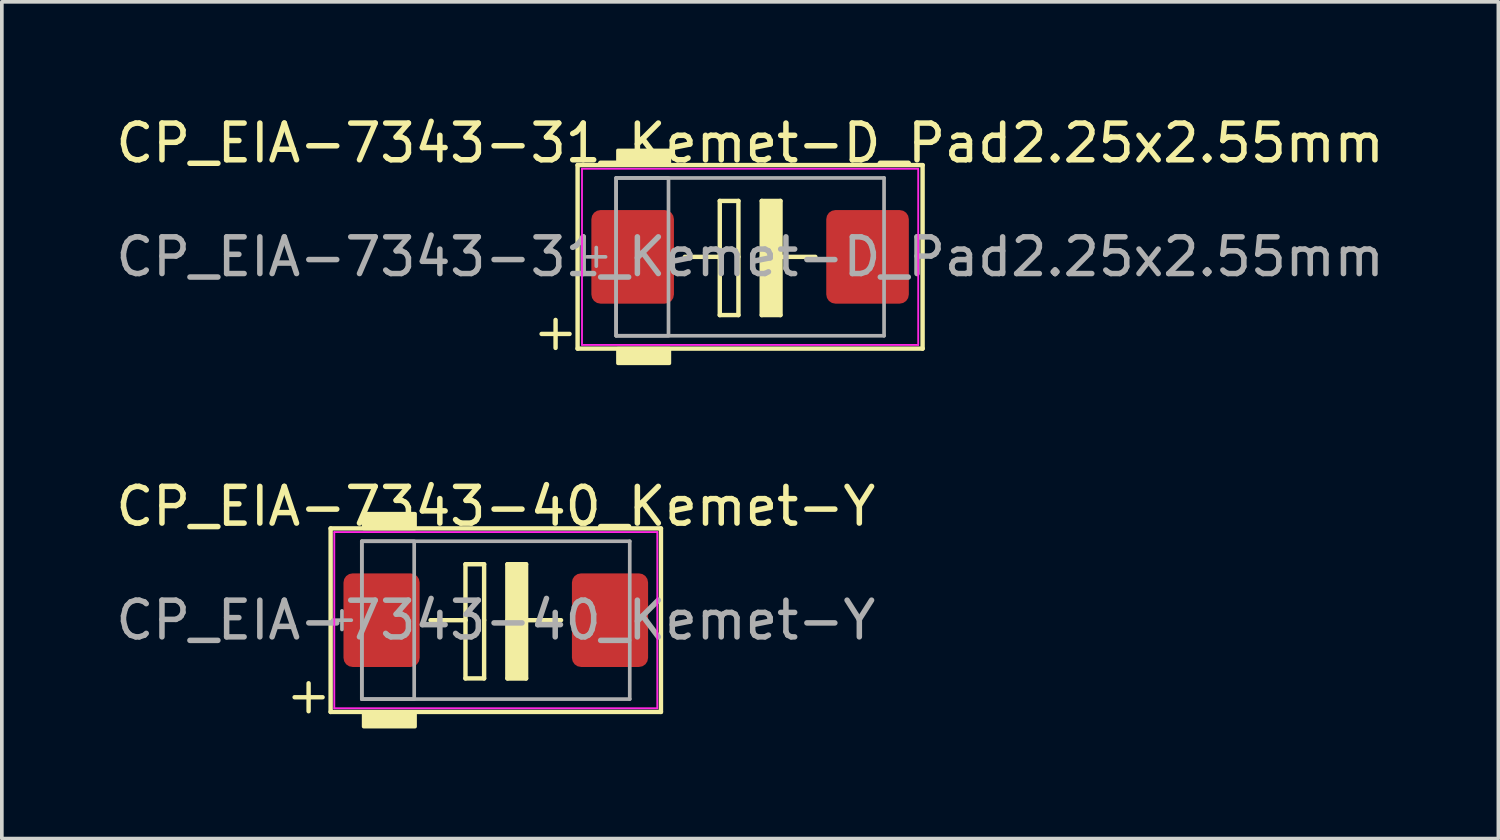
<source format=kicad_pcb>
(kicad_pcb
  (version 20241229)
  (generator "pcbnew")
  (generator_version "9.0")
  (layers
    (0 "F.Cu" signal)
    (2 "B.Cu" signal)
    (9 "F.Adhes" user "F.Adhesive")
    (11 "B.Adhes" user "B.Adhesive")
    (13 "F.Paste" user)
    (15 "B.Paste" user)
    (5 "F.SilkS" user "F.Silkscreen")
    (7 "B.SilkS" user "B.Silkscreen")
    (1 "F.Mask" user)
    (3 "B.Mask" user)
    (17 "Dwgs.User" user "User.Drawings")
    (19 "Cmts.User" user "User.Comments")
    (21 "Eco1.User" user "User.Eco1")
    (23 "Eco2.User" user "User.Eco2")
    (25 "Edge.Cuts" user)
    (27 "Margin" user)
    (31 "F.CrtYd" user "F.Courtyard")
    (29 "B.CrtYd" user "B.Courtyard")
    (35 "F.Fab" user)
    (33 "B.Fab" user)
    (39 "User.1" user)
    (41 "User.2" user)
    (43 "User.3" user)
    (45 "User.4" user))
  (footprint "CP_EIA-7343-40_Kemet-Y"
    (layer "F.Cu")
    (at 10.458 13.847)
    (property "Reference" "CP_EIA-7343-40_Kemet-Y" (at 0 -3.1 0) (layer "F.SilkS") (effects (font (size 1 1) (thickness 0.15))))
    (attr smd)
    (fp_line (start -5.481 2.1) (end -4.719 2.1) (stroke (width 0.12) (type solid)) (layer "F.SilkS"))
    (fp_line (start -5.1 1.719) (end -5.1 2.481) (stroke (width 0.12) (type solid)) (layer "F.SilkS"))
    (fp_line (start -4.5 -2.5) (end -4.5 2.5) (stroke (width 0.12) (type solid)) (layer "F.SilkS"))
    (fp_line (start -4.5 2.5) (end 4.5 2.5) (stroke (width 0.12) (type solid)) (layer "F.SilkS"))
    (fp_line (start -1.778 0) (end -0.826 0) (stroke (width 0.12) (type solid)) (layer "F.SilkS"))
    (fp_line (start -0.826 -1.524) (end -0.826 0) (stroke (width 0.12) (type solid)) (layer "F.SilkS"))
    (fp_line (start -0.826 1.587) (end -0.826 0) (stroke (width 0.12) (type solid)) (layer "F.SilkS"))
    (fp_line (start -0.826 1.587) (end -0.318 1.587) (stroke (width 0.12) (type solid)) (layer "F.SilkS"))
    (fp_line (start -0.318 -1.524) (end -0.826 -1.524) (stroke (width 0.12) (type solid)) (layer "F.SilkS"))
    (fp_line (start -0.318 -1.524) (end -0.318 0) (stroke (width 0.12) (type solid)) (layer "F.SilkS"))
    (fp_line (start -0.318 1.587) (end -0.318 0) (stroke (width 0.12) (type solid)) (layer "F.SilkS"))
    (fp_line (start 0.318 -1.524) (end 0.318 0) (stroke (width 0.12) (type solid)) (layer "F.SilkS"))
    (fp_line (start 0.318 1.587) (end 0.318 0) (stroke (width 0.12) (type solid)) (layer "F.SilkS"))
    (fp_line (start 0.318 1.587) (end 0.826 1.587) (stroke (width 0.12) (type solid)) (layer "F.SilkS"))
    (fp_line (start 0.826 -1.524) (end 0.318 -1.524) (stroke (width 0.12) (type solid)) (layer "F.SilkS"))
    (fp_line (start 0.826 -1.524) (end 0.826 0) (stroke (width 0.12) (type solid)) (layer "F.SilkS"))
    (fp_line (start 0.826 0) (end 1.778 0) (stroke (width 0.12) (type solid)) (layer "F.SilkS"))
    (fp_line (start 0.826 1.587) (end 0.826 0) (stroke (width 0.12) (type solid)) (layer "F.SilkS"))
    (fp_line (start 4.5 -2.5) (end -4.5 -2.5) (stroke (width 0.12) (type solid)) (layer "F.SilkS"))
    (fp_line (start 4.5 2.5) (end 4.5 -2.5) (stroke (width 0.12) (type solid)) (layer "F.SilkS"))
    (fp_poly (pts (xy -2.2 -2.5) (xy -3.6 -2.5) (xy -3.6 -2.9) (xy -2.2 -2.9)) (stroke (width 0.1) (type solid)) (fill yes) (layer "F.SilkS"))
    (fp_poly (pts (xy -2.2 2.9) (xy -3.6 2.9) (xy -3.6 2.5) (xy -2.2 2.5)) (stroke (width 0.1) (type solid)) (fill yes) (layer "F.SilkS"))
    (fp_poly (pts (xy 0.826 1.587) (xy 0.318 1.587) (xy 0.318 -1.524) (xy 0.826 -1.524)) (stroke (width 0.1) (type solid)) (fill yes) (layer "F.SilkS"))
    (fp_line (start -4.4 -2.4) (end 4.4 -2.4) (stroke (width 0.05) (type solid)) (layer "F.CrtYd"))
    (fp_line (start -4.4 2.4) (end -4.4 -2.4) (stroke (width 0.05) (type solid)) (layer "F.CrtYd"))
    (fp_line (start 4.4 -2.4) (end 4.4 2.4) (stroke (width 0.05) (type solid)) (layer "F.CrtYd"))
    (fp_line (start 4.4 2.4) (end -4.4 2.4) (stroke (width 0.05) (type solid)) (layer "F.CrtYd"))
    (fp_line (start -4.191 -0.254) (end -4.191 0.254) (stroke (width 0.1) (type solid)) (layer "F.Fab"))
    (fp_line (start -3.937 0) (end -4.445 0) (stroke (width 0.1) (type solid)) (layer "F.Fab"))
    (fp_line (start -3.65 -2.15) (end -3.65 2.15) (stroke (width 0.1) (type solid)) (layer "F.Fab"))
    (fp_line (start -3.65 2.15) (end 3.65 2.15) (stroke (width 0.1) (type solid)) (layer "F.Fab"))
    (fp_line (start 3.65 -2.15) (end -3.65 -2.15) (stroke (width 0.1) (type solid)) (layer "F.Fab"))
    (fp_line (start 3.65 2.15) (end 3.65 -2.15) (stroke (width 0.1) (type solid)) (layer "F.Fab"))
    (fp_rect (start -3.65 -2.15) (end -2.223 2.15) (stroke (width 0.1) (type solid)) (fill no) (layer "F.Fab"))
    (fp_text user "${REFERENCE}" (at 0 0 0) (layer "F.Fab") (effects (font (size 1 1) (thickness 0.15))))
    (pad "1" smd roundrect (at -3.112 0) (size 2.075 2.55) (layers "F.Cu" "F.Mask" "F.Paste") (roundrect_rratio 0.12))
    (pad "2" smd roundrect (at 3.112 0) (size 2.075 2.55) (layers "F.Cu" "F.Mask" "F.Paste") (roundrect_rratio 0.12)))
  (footprint "CP_EIA-7343-31_Kemet-D_Pad2.25x2.55mm"
    (layer "F.Cu")
    (at 17.387 3.948)
    (property "Reference" "CP_EIA-7343-31_Kemet-D_Pad2.25x2.55mm" (at 0 -3.1 0) (layer "F.SilkS") (effects (font (size 1 1) (thickness 0.15))))
    (attr smd)
    (fp_line (start -5.681 2.1) (end -4.919 2.1) (stroke (width 0.12) (type solid)) (layer "F.SilkS"))
    (fp_line (start -5.3 1.719) (end -5.3 2.481) (stroke (width 0.12) (type solid)) (layer "F.SilkS"))
    (fp_line (start -4.7 -2.5) (end -4.7 2.5) (stroke (width 0.12) (type solid)) (layer "F.SilkS"))
    (fp_line (start -4.7 2.5) (end 4.7 2.5) (stroke (width 0.12) (type solid)) (layer "F.SilkS"))
    (fp_line (start -1.778 0) (end -0.826 0) (stroke (width 0.12) (type solid)) (layer "F.SilkS"))
    (fp_line (start -0.826 -1.524) (end -0.826 0) (stroke (width 0.12) (type solid)) (layer "F.SilkS"))
    (fp_line (start -0.826 1.587) (end -0.826 0) (stroke (width 0.12) (type solid)) (layer "F.SilkS"))
    (fp_line (start -0.826 1.587) (end -0.318 1.587) (stroke (width 0.12) (type solid)) (layer "F.SilkS"))
    (fp_line (start -0.318 -1.524) (end -0.826 -1.524) (stroke (width 0.12) (type solid)) (layer "F.SilkS"))
    (fp_line (start -0.318 -1.524) (end -0.318 0) (stroke (width 0.12) (type solid)) (layer "F.SilkS"))
    (fp_line (start -0.318 1.587) (end -0.318 0) (stroke (width 0.12) (type solid)) (layer "F.SilkS"))
    (fp_line (start 0.318 -1.524) (end 0.318 0) (stroke (width 0.12) (type solid)) (layer "F.SilkS"))
    (fp_line (start 0.318 1.587) (end 0.318 0) (stroke (width 0.12) (type solid)) (layer "F.SilkS"))
    (fp_line (start 0.318 1.587) (end 0.826 1.587) (stroke (width 0.12) (type solid)) (layer "F.SilkS"))
    (fp_line (start 0.826 -1.524) (end 0.318 -1.524) (stroke (width 0.12) (type solid)) (layer "F.SilkS"))
    (fp_line (start 0.826 -1.524) (end 0.826 0) (stroke (width 0.12) (type solid)) (layer "F.SilkS"))
    (fp_line (start 0.826 0) (end 1.778 0) (stroke (width 0.12) (type solid)) (layer "F.SilkS"))
    (fp_line (start 0.826 1.587) (end 0.826 0) (stroke (width 0.12) (type solid)) (layer "F.SilkS"))
    (fp_line (start 4.7 -2.5) (end -4.7 -2.5) (stroke (width 0.12) (type solid)) (layer "F.SilkS"))
    (fp_line (start 4.7 2.5) (end 4.7 -2.5) (stroke (width 0.12) (type solid)) (layer "F.SilkS"))
    (fp_poly (pts (xy -2.2 -2.5) (xy -3.6 -2.5) (xy -3.6 -2.9) (xy -2.2 -2.9)) (stroke (width 0.1) (type solid)) (fill yes) (layer "F.SilkS"))
    (fp_poly (pts (xy -2.2 2.9) (xy -3.6 2.9) (xy -3.6 2.5) (xy -2.2 2.5)) (stroke (width 0.1) (type solid)) (fill yes) (layer "F.SilkS"))
    (fp_poly (pts (xy 0.826 1.587) (xy 0.318 1.587) (xy 0.318 -1.524) (xy 0.826 -1.524)) (stroke (width 0.1) (type solid)) (fill yes) (layer "F.SilkS"))
    (fp_line (start -4.58 -2.4) (end 4.58 -2.4) (stroke (width 0.05) (type solid)) (layer "F.CrtYd"))
    (fp_line (start -4.58 2.4) (end -4.58 -2.4) (stroke (width 0.05) (type solid)) (layer "F.CrtYd"))
    (fp_line (start 4.58 -2.4) (end 4.58 2.4) (stroke (width 0.05) (type solid)) (layer "F.CrtYd"))
    (fp_line (start 4.58 2.4) (end -4.58 2.4) (stroke (width 0.05) (type solid)) (layer "F.CrtYd"))
    (fp_line (start -4.191 -0.254) (end -4.191 0.254) (stroke (width 0.1) (type solid)) (layer "F.Fab"))
    (fp_line (start -3.937 0) (end -4.445 0) (stroke (width 0.1) (type solid)) (layer "F.Fab"))
    (fp_line (start -3.65 -2.15) (end -3.65 2.15) (stroke (width 0.1) (type solid)) (layer "F.Fab"))
    (fp_line (start -3.65 2.15) (end 3.65 2.15) (stroke (width 0.1) (type solid)) (layer "F.Fab"))
    (fp_line (start 3.65 -2.15) (end -3.65 -2.15) (stroke (width 0.1) (type solid)) (layer "F.Fab"))
    (fp_line (start 3.65 2.15) (end 3.65 -2.15) (stroke (width 0.1) (type solid)) (layer "F.Fab"))
    (fp_rect (start -3.65 -2.15) (end -2.223 2.15) (stroke (width 0.1) (type solid)) (fill no) (layer "F.Fab"))
    (fp_text user "${REFERENCE}" (at 0 0 0) (layer "F.Fab") (effects (font (size 1 1) (thickness 0.15))))
    (pad "1" smd roundrect (at -3.2 0) (size 2.25 2.55) (layers "F.Cu" "F.Mask" "F.Paste") (roundrect_rratio 0.111))
    (pad "2" smd roundrect (at 3.2 0) (size 2.25 2.55) (layers "F.Cu" "F.Mask" "F.Paste") (roundrect_rratio 0.111)))
  (gr_rect
    (start -3 -3)
    (end 37.774 19.797)
    (stroke (width 0.1) (type default))
    (fill no)
    (layer "Edge.Cuts")))
</source>
